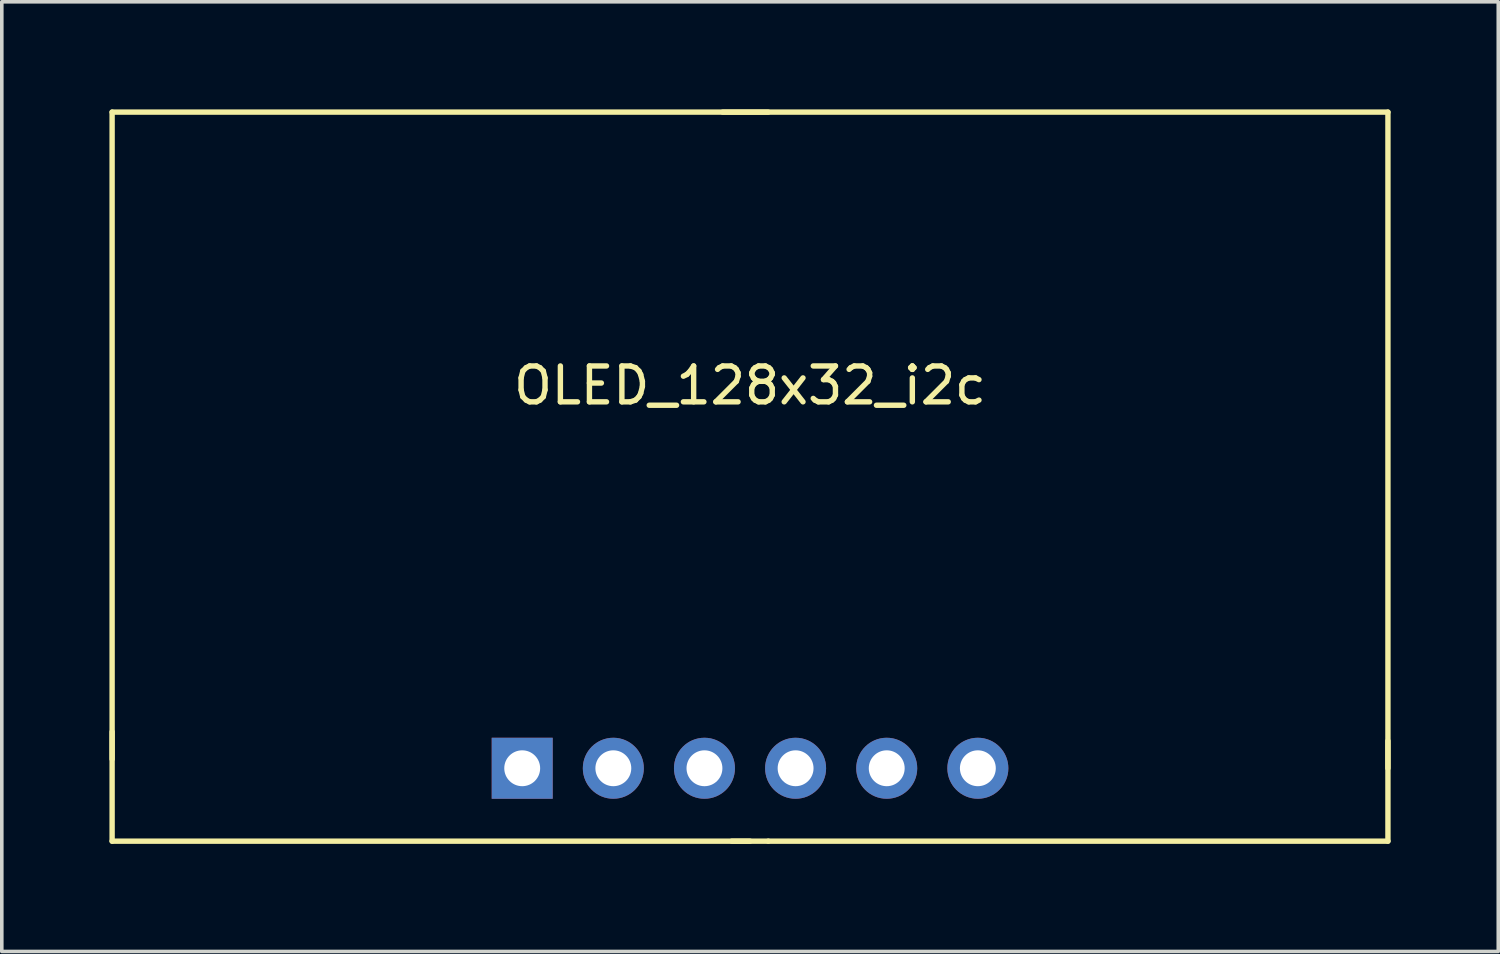
<source format=kicad_pcb>
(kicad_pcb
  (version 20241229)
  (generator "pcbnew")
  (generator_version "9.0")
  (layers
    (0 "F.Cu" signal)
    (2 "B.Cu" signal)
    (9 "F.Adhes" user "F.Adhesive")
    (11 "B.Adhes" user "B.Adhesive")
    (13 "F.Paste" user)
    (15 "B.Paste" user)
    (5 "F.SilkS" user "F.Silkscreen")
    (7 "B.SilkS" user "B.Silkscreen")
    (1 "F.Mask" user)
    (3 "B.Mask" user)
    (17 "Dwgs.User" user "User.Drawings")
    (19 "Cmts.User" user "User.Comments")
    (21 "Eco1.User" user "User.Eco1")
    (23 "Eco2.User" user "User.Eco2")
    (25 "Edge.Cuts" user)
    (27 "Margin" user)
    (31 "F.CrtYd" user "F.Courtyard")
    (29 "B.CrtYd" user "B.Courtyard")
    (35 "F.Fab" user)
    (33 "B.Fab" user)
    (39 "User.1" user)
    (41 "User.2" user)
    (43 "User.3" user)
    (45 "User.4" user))
  (footprint "OLED_128x32_i2c"
    (layer "F.Cu")
    (at 17.855 18.363)
    (property "Reference" "OLED_128x32_i2c" (at 0 -10.668 0) (layer "F.SilkS") (effects (font (size 1 1) (thickness 0.15))))
    (attr through_hole)
    (fp_line (start -17.78 -18.288) (end 17.78 -18.288) (stroke (width 0.15) (type solid)) (layer "F.SilkS"))
    (fp_line (start -17.78 -0.254) (end -17.78 -1.016) (stroke (width 0.15) (type solid)) (layer "F.SilkS"))
    (fp_line (start -17.78 2.032) (end -17.78 -18.288) (stroke (width 0.15) (type solid)) (layer "F.SilkS"))
    (fp_line (start -0.762 -18.288) (end 0.508 -18.288) (stroke (width 0.15) (type solid)) (layer "F.SilkS"))
    (fp_line (start -0.508 2.032) (end 0.508 2.032) (stroke (width 0.15) (type solid)) (layer "F.SilkS"))
    (fp_line (start 0 2.032) (end -17.78 2.032) (stroke (width 0.15) (type solid)) (layer "F.SilkS"))
    (fp_line (start 17.78 -18.288) (end 17.78 2.032) (stroke (width 0.15) (type solid)) (layer "F.SilkS"))
    (fp_line (start 17.78 0) (end 17.78 -0.762) (stroke (width 0.15) (type solid)) (layer "F.SilkS"))
    (fp_line (start 17.78 2.032) (end 0.508 2.032) (stroke (width 0.15) (type solid)) (layer "F.SilkS"))
    (pad "1" thru_hole rect (at -6.35 0) (size 1.7 1.7) (drill 1) (layers "*.Cu" "*.Mask"))
    (pad "2" thru_hole oval (at -3.81 0) (size 1.7 1.7) (drill 1) (layers "*.Cu" "*.Mask"))
    (pad "3" thru_hole oval (at -1.27 0) (size 1.7 1.7) (drill 1) (layers "*.Cu" "*.Mask"))
    (pad "4" thru_hole oval (at 1.27 0) (size 1.7 1.7) (drill 1) (layers "*.Cu" "*.Mask"))
    (pad "5" thru_hole oval (at 3.81 0) (size 1.7 1.7) (drill 1) (layers "*.Cu" "*.Mask"))
    (pad "6" thru_hole oval (at 6.35 0) (size 1.7 1.7) (drill 1) (layers "*.Cu" "*.Mask")))
  (gr_rect
    (start -3 -3)
    (end 38.71 23.47)
    (stroke (width 0.1) (type default))
    (fill no)
    (layer "Edge.Cuts")))
</source>
